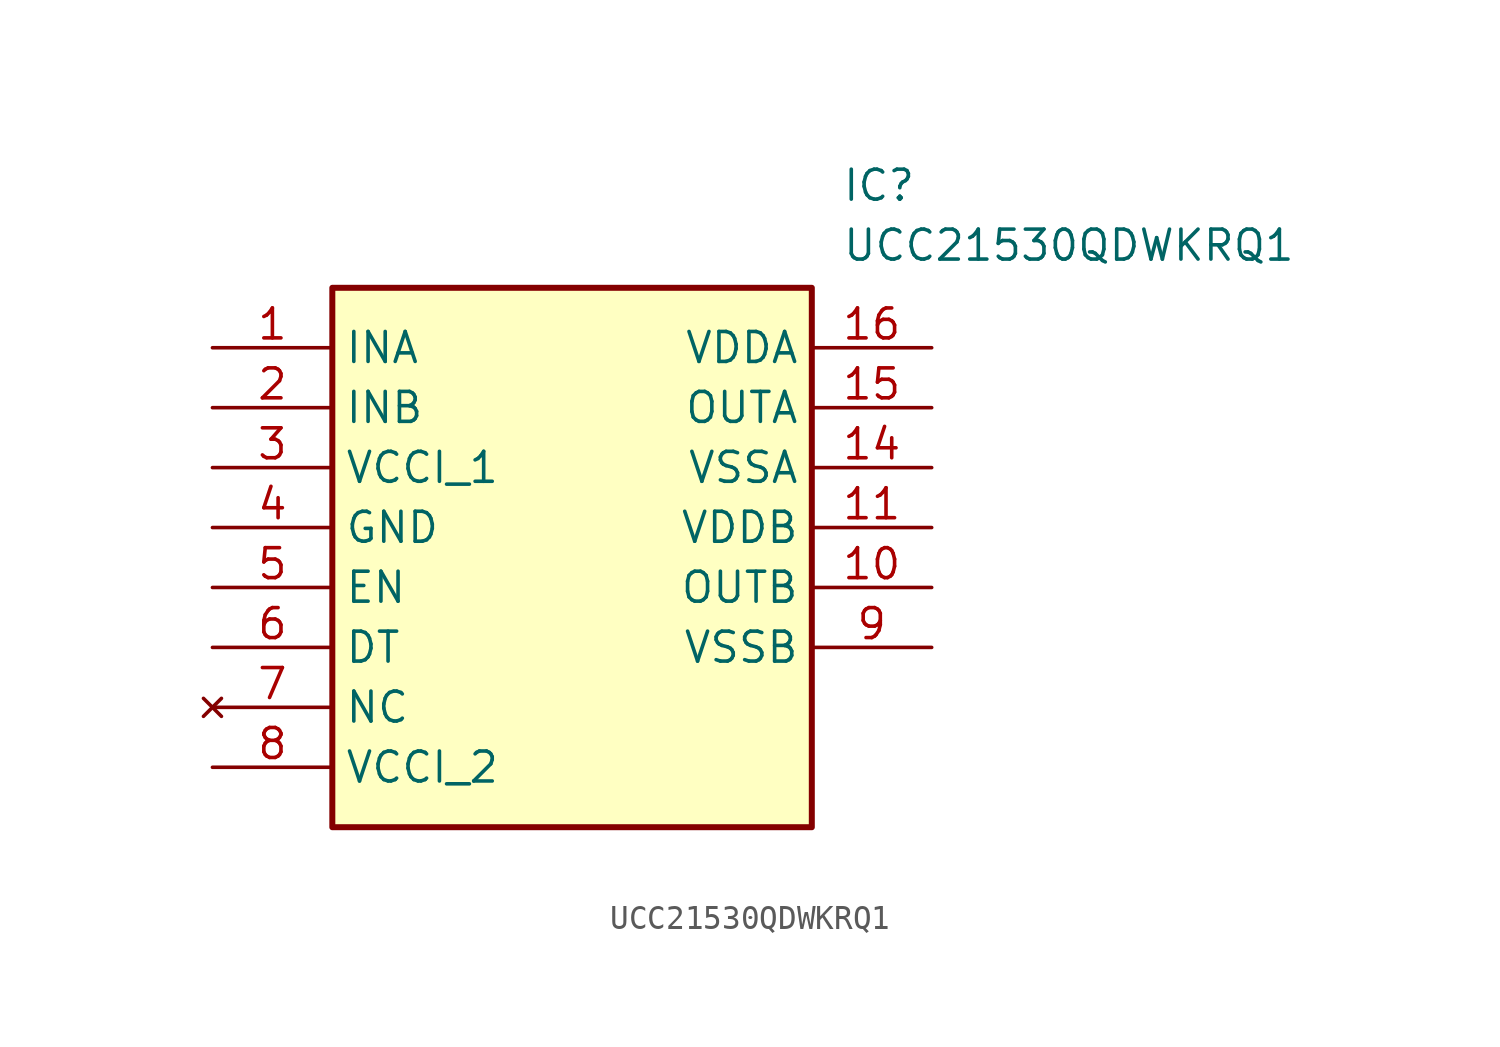
<source format=kicad_sym>
(kicad_symbol_lib
  (version 20211014)
  (generator SamacSys_ECAD_Model)
  (symbol "UCC21530QDWKRQ1"
    (property "Reference" "IC"
      (at 26.67 7.62 0)
      (effects (font (size 1.27 1.27)) (justify left top)))
    (property "Value" "UCC21530QDWKRQ1"
      (at 26.67 5.08 0)
      (effects (font (size 1.27 1.27)) (justify left top)))
    (rectangle
      (start 5.08 2.54)
      (end 25.4 -20.32)
      (stroke (width 0.254) (type default))
      (fill (type background)))
    (pin passive line
      (at 0 0 0)
      (length 5.08)
      (name "INA" (effects (font (size 1.27 1.27))))
      (number "1" (effects (font (size 1.27 1.27)))))
    (pin passive line
      (at 0 -2.54 0)
      (length 5.08)
      (name "INB" (effects (font (size 1.27 1.27))))
      (number "2" (effects (font (size 1.27 1.27)))))
    (pin passive line
      (at 0 -5.08 0)
      (length 5.08)
      (name "VCCI_1" (effects (font (size 1.27 1.27))))
      (number "3" (effects (font (size 1.27 1.27)))))
    (pin passive line
      (at 0 -7.62 0)
      (length 5.08)
      (name "GND" (effects (font (size 1.27 1.27))))
      (number "4" (effects (font (size 1.27 1.27)))))
    (pin passive line
      (at 0 -10.16 0)
      (length 5.08)
      (name "EN" (effects (font (size 1.27 1.27))))
      (number "5" (effects (font (size 1.27 1.27)))))
    (pin passive line
      (at 0 -12.7 0)
      (length 5.08)
      (name "DT" (effects (font (size 1.27 1.27))))
      (number "6" (effects (font (size 1.27 1.27)))))
    (pin no_connect line
      (at 0 -15.24 0)
      (length 5.08)
      (name "NC" (effects (font (size 1.27 1.27))))
      (number "7" (effects (font (size 1.27 1.27)))))
    (pin passive line
      (at 0 -17.78 0)
      (length 5.08)
      (name "VCCI_2" (effects (font (size 1.27 1.27))))
      (number "8" (effects (font (size 1.27 1.27)))))
    (pin passive line
      (at 30.48 -12.7 180)
      (length 5.08)
      (name "VSSB" (effects (font (size 1.27 1.27))))
      (number "9" (effects (font (size 1.27 1.27)))))
    (pin passive line
      (at 30.48 -10.16 180)
      (length 5.08)
      (name "OUTB" (effects (font (size 1.27 1.27))))
      (number "10" (effects (font (size 1.27 1.27)))))
    (pin passive line
      (at 30.48 -7.62 180)
      (length 5.08)
      (name "VDDB" (effects (font (size 1.27 1.27))))
      (number "11" (effects (font (size 1.27 1.27)))))
    (pin passive line
      (at 30.48 -5.08 180)
      (length 5.08)
      (name "VSSA" (effects (font (size 1.27 1.27))))
      (number "14" (effects (font (size 1.27 1.27)))))
    (pin passive line
      (at 30.48 -2.54 180)
      (length 5.08)
      (name "OUTA" (effects (font (size 1.27 1.27))))
      (number "15" (effects (font (size 1.27 1.27)))))
    (pin passive line
      (at 30.48 0 180)
      (length 5.08)
      (name "VDDA" (effects (font (size 1.27 1.27))))
      (number "16" (effects (font (size 1.27 1.27)))))))
</source>
